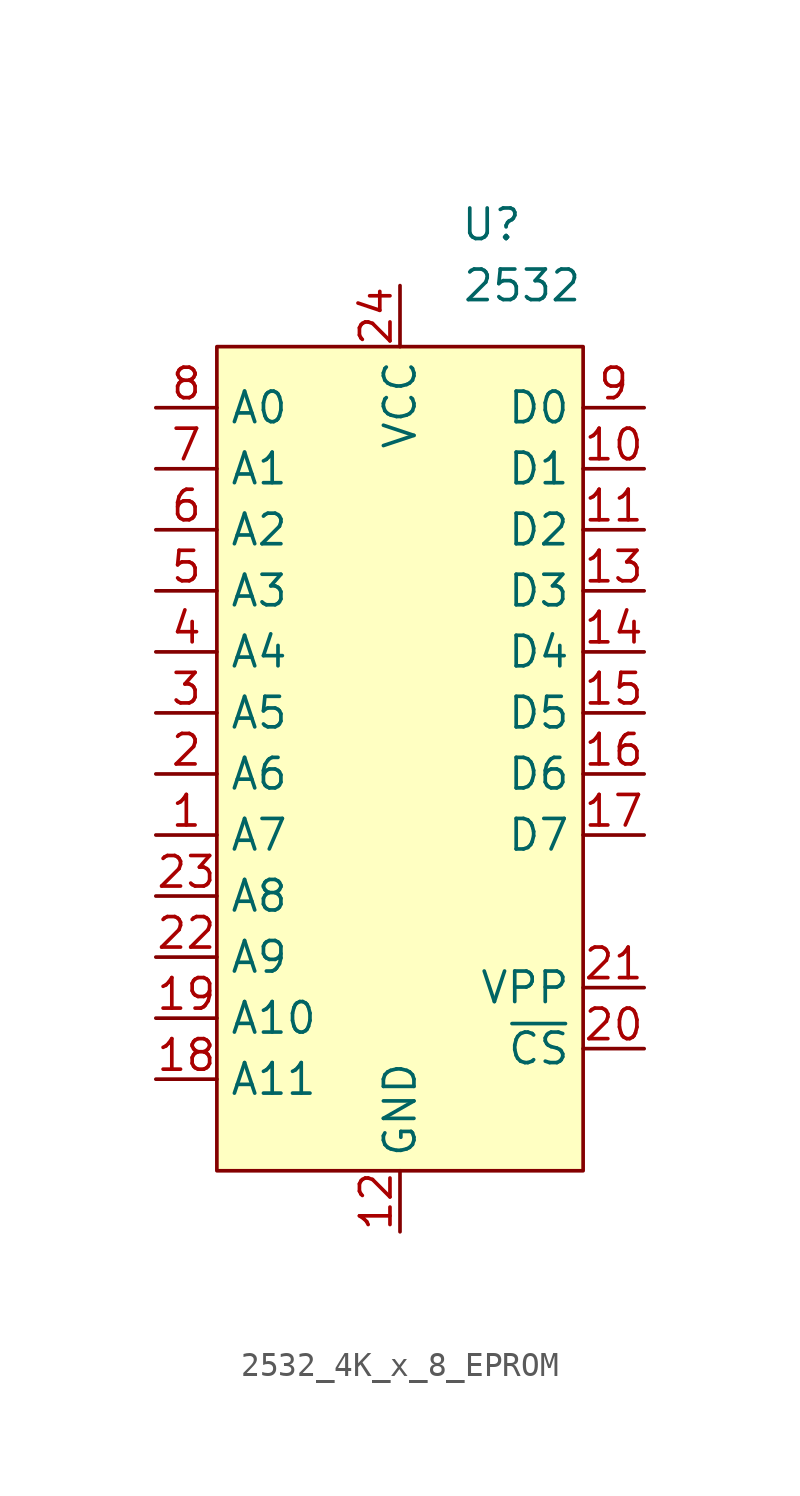
<source format=kicad_sym>
(kicad_symbol_lib
  (version 20220914)
  (generator kicad_symbol_editor)
  (symbol "2532_4K_x_8_EPROM"
    (property "Reference" "U"
      (at 3.81 2.54 0)
      (effects (font (size 1.27 1.27))))
    (property "Value" "2532"
      (at 5.08 0 0)
      (effects (font (size 1.27 1.27))))
    (symbol "2532_4K_x_8_EPROM_1_1"
      (rectangle (start -7.62 -2.54) (end 7.62 -36.83) (stroke (width 0) (type default)) (fill (type background)))
      (pin input line (at -10.16 -22.86 0) (length 2.54) (name "A7" (effects (font (size 1.27 1.27)))) (number "1" (effects (font (size 1.27 1.27)))))
      (pin bidirectional line (at 10.16 -7.62 180) (length 2.54) (name "D1" (effects (font (size 1.27 1.27)))) (number "10" (effects (font (size 1.27 1.27)))))
      (pin bidirectional line (at 10.16 -10.16 180) (length 2.54) (name "D2" (effects (font (size 1.27 1.27)))) (number "11" (effects (font (size 1.27 1.27)))))
      (pin power_in line (at 0 -39.37 90) (length 2.54) (name "GND" (effects (font (size 1.27 1.27)))) (number "12" (effects (font (size 1.27 1.27)))))
      (pin bidirectional line (at 10.16 -12.7 180) (length 2.54) (name "D3" (effects (font (size 1.27 1.27)))) (number "13" (effects (font (size 1.27 1.27)))))
      (pin bidirectional line (at 10.16 -15.24 180) (length 2.54) (name "D4" (effects (font (size 1.27 1.27)))) (number "14" (effects (font (size 1.27 1.27)))))
      (pin bidirectional line (at 10.16 -17.78 180) (length 2.54) (name "D5" (effects (font (size 1.27 1.27)))) (number "15" (effects (font (size 1.27 1.27)))))
      (pin bidirectional line (at 10.16 -20.32 180) (length 2.54) (name "D6" (effects (font (size 1.27 1.27)))) (number "16" (effects (font (size 1.27 1.27)))))
      (pin bidirectional line (at 10.16 -22.86 180) (length 2.54) (name "D7" (effects (font (size 1.27 1.27)))) (number "17" (effects (font (size 1.27 1.27)))))
      (pin input line (at -10.16 -33.02 0) (length 2.54) (name "A11" (effects (font (size 1.27 1.27)))) (number "18" (effects (font (size 1.27 1.27)))))
      (pin input line (at -10.16 -30.48 0) (length 2.54) (name "A10" (effects (font (size 1.27 1.27)))) (number "19" (effects (font (size 1.27 1.27)))))
      (pin input line (at -10.16 -20.32 0) (length 2.54) (name "A6" (effects (font (size 1.27 1.27)))) (number "2" (effects (font (size 1.27 1.27)))))
      (pin input line (at 10.16 -31.75 180) (length 2.54) (name "~{CS}" (effects (font (size 1.27 1.27)))) (number "20" (effects (font (size 1.27 1.27)))))
      (pin input line (at 10.16 -29.21 180) (length 2.54) (name "VPP" (effects (font (size 1.27 1.27)))) (number "21" (effects (font (size 1.27 1.27)))))
      (pin input line (at -10.16 -27.94 0) (length 2.54) (name "A9" (effects (font (size 1.27 1.27)))) (number "22" (effects (font (size 1.27 1.27)))))
      (pin input line (at -10.16 -25.4 0) (length 2.54) (name "A8" (effects (font (size 1.27 1.27)))) (number "23" (effects (font (size 1.27 1.27)))))
      (pin power_in line (at 0 0 270) (length 2.54) (name "VCC" (effects (font (size 1.27 1.27)))) (number "24" (effects (font (size 1.27 1.27)))))
      (pin input line (at -10.16 -17.78 0) (length 2.54) (name "A5" (effects (font (size 1.27 1.27)))) (number "3" (effects (font (size 1.27 1.27)))))
      (pin input line (at -10.16 -15.24 0) (length 2.54) (name "A4" (effects (font (size 1.27 1.27)))) (number "4" (effects (font (size 1.27 1.27)))))
      (pin input line (at -10.16 -12.7 0) (length 2.54) (name "A3" (effects (font (size 1.27 1.27)))) (number "5" (effects (font (size 1.27 1.27)))))
      (pin input line (at -10.16 -10.16 0) (length 2.54) (name "A2" (effects (font (size 1.27 1.27)))) (number "6" (effects (font (size 1.27 1.27)))))
      (pin input line (at -10.16 -7.62 0) (length 2.54) (name "A1" (effects (font (size 1.27 1.27)))) (number "7" (effects (font (size 1.27 1.27)))))
      (pin input line (at -10.16 -5.08 0) (length 2.54) (name "A0" (effects (font (size 1.27 1.27)))) (number "8" (effects (font (size 1.27 1.27)))))
      (pin bidirectional line (at 10.16 -5.08 180) (length 2.54) (name "D0" (effects (font (size 1.27 1.27)))) (number "9" (effects (font (size 1.27 1.27))))))))
</source>
